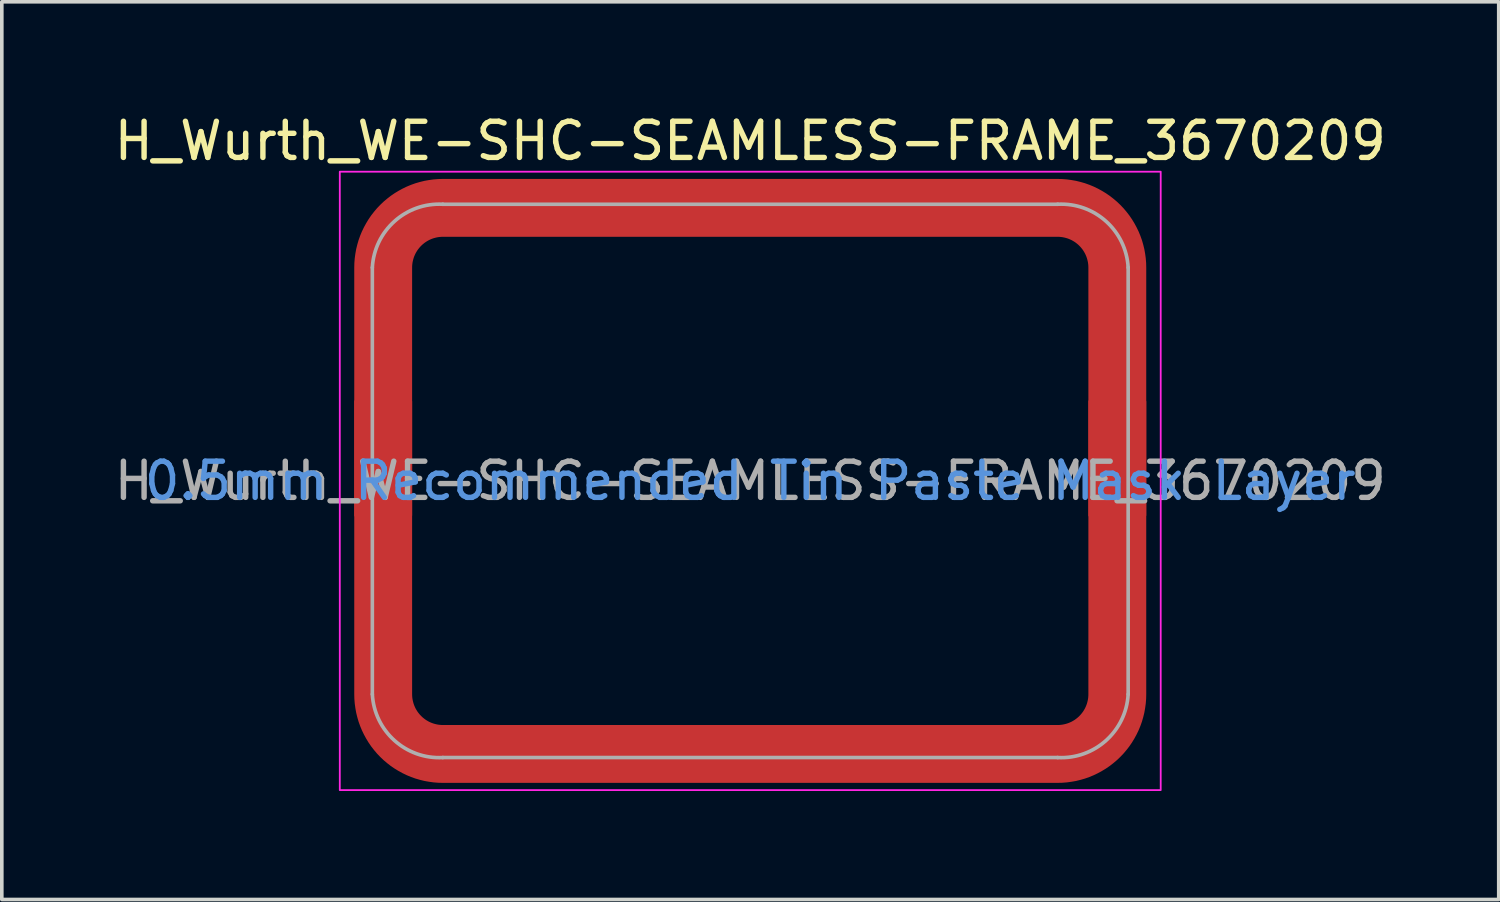
<source format=kicad_pcb>
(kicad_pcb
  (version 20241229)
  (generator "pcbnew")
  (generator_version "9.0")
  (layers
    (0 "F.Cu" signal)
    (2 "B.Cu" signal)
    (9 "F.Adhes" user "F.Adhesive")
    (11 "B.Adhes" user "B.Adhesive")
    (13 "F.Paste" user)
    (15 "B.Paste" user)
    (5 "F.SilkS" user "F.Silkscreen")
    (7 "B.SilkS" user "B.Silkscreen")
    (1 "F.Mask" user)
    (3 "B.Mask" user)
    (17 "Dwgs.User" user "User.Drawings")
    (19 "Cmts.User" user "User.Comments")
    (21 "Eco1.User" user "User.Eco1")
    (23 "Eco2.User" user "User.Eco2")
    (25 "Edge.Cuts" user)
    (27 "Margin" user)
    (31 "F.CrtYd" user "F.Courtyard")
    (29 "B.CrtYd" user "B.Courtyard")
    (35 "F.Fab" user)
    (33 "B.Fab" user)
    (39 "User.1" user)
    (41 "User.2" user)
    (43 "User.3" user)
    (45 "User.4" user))
  (footprint "H_Wurth_WE-SHC-SEAMLESS-FRAME_3670209"
    (layer "F.Cu")
    (at 17.696 10.248)
    (property "Reference" "H_Wurth_WE-SHC-SEAMLESS-FRAME_3670209" (at 0 -9.4 0) (unlocked yes) (layer "F.SilkS") (effects (font (size 1 1) (thickness 0.15))))
    (attr smd)
    (fp_poly (pts (xy -9.4 0.95) (xy -10.9 0.95) (xy -10.9 -5.9) (xy -10.897 -6.026) (xy -10.887 -6.151) (xy -10.87 -6.275) (xy -10.848 -6.399) (xy -10.818 -6.521) (xy -10.783 -6.642) (xy -10.741 -6.76) (xy -10.693 -6.876) (xy -10.638 -6.99) (xy -10.578 -7.1) (xy -10.513 -7.207) (xy -10.442 -7.311) (xy -10.365 -7.41) (xy -10.284 -7.506) (xy -10.197 -7.597) (xy -10.106 -7.684) (xy -10.01 -7.765) (xy -9.911 -7.842) (xy -9.807 -7.913) (xy -9.7 -7.978) (xy -9.59 -8.038) (xy -9.476 -8.093) (xy -9.36 -8.141) (xy -9.242 -8.183) (xy -9.121 -8.218) (xy -8.999 -8.248) (xy -8.875 -8.27) (xy -8.751 -8.287) (xy -8.626 -8.297) (xy -8.5 -8.3) (xy 8.5 -8.3) (xy 8.626 -8.297) (xy 8.751 -8.287) (xy 8.875 -8.27) (xy 8.999 -8.248) (xy 9.121 -8.218) (xy 9.242 -8.183) (xy 9.36 -8.141) (xy 9.476 -8.093) (xy 9.59 -8.038) (xy 9.7 -7.978) (xy 9.807 -7.913) (xy 9.911 -7.842) (xy 10.01 -7.765) (xy 10.106 -7.684) (xy 10.197 -7.597) (xy 10.284 -7.506) (xy 10.365 -7.41) (xy 10.442 -7.311) (xy 10.513 -7.207) (xy 10.578 -7.1) (xy 10.638 -6.99) (xy 10.693 -6.876) (xy 10.741 -6.76) (xy 10.783 -6.642) (xy 10.818 -6.521) (xy 10.848 -6.399) (xy 10.87 -6.275) (xy 10.887 -6.151) (xy 10.897 -6.026) (xy 10.9 -5.9) (xy 10.9 0.95) (xy 9.4 0.95) (xy 9.4 -5.9) (xy 9.399 -5.947) (xy 9.395 -5.994) (xy 9.389 -6.041) (xy 9.38 -6.087) (xy 9.369 -6.133) (xy 9.356 -6.178) (xy 9.34 -6.223) (xy 9.322 -6.266) (xy 9.302 -6.309) (xy 9.279 -6.35) (xy 9.255 -6.39) (xy 9.228 -6.429) (xy 9.199 -6.466) (xy 9.169 -6.502) (xy 9.136 -6.536) (xy 9.102 -6.569) (xy 9.066 -6.599) (xy 9.029 -6.628) (xy 8.99 -6.655) (xy 8.95 -6.679) (xy 8.909 -6.702) (xy 8.866 -6.722) (xy 8.823 -6.74) (xy 8.778 -6.756) (xy 8.733 -6.769) (xy 8.687 -6.78) (xy 8.641 -6.789) (xy 8.594 -6.795) (xy 8.547 -6.799) (xy 8.5 -6.8) (xy -8.5 -6.8) (xy -8.547 -6.799) (xy -8.594 -6.795) (xy -8.641 -6.789) (xy -8.687 -6.78) (xy -8.733 -6.769) (xy -8.778 -6.756) (xy -8.823 -6.74) (xy -8.866 -6.722) (xy -8.909 -6.702) (xy -8.95 -6.679) (xy -8.99 -6.655) (xy -9.029 -6.628) (xy -9.066 -6.599) (xy -9.102 -6.569) (xy -9.136 -6.536) (xy -9.169 -6.502) (xy -9.199 -6.466) (xy -9.228 -6.429) (xy -9.255 -6.39) (xy -9.279 -6.35) (xy -9.302 -6.309) (xy -9.322 -6.266) (xy -9.34 -6.223) (xy -9.356 -6.178) (xy -9.369 -6.133) (xy -9.38 -6.087) (xy -9.389 -6.041) (xy -9.395 -5.994) (xy -9.399 -5.947) (xy -9.4 -5.9) (xy -9.4 0.95)) (stroke (width 0.1) (type solid)) (fill yes) (layer "F.Cu"))
    (fp_poly (pts (xy -9.4 0.95) (xy -10.9 0.95) (xy -10.9 -5.9) (xy -10.897 -6.026) (xy -10.887 -6.151) (xy -10.87 -6.275) (xy -10.848 -6.399) (xy -10.818 -6.521) (xy -10.783 -6.642) (xy -10.741 -6.76) (xy -10.693 -6.876) (xy -10.638 -6.99) (xy -10.578 -7.1) (xy -10.513 -7.207) (xy -10.442 -7.311) (xy -10.365 -7.41) (xy -10.284 -7.506) (xy -10.197 -7.597) (xy -10.106 -7.684) (xy -10.01 -7.765) (xy -9.911 -7.842) (xy -9.807 -7.913) (xy -9.7 -7.978) (xy -9.59 -8.038) (xy -9.476 -8.093) (xy -9.36 -8.141) (xy -9.242 -8.183) (xy -9.121 -8.218) (xy -8.999 -8.248) (xy -8.875 -8.27) (xy -8.751 -8.287) (xy -8.626 -8.297) (xy -8.5 -8.3) (xy 8.5 -8.3) (xy 8.626 -8.297) (xy 8.751 -8.287) (xy 8.875 -8.27) (xy 8.999 -8.248) (xy 9.121 -8.218) (xy 9.242 -8.183) (xy 9.36 -8.141) (xy 9.476 -8.093) (xy 9.59 -8.038) (xy 9.7 -7.978) (xy 9.807 -7.913) (xy 9.911 -7.842) (xy 10.01 -7.765) (xy 10.106 -7.684) (xy 10.197 -7.597) (xy 10.284 -7.506) (xy 10.365 -7.41) (xy 10.442 -7.311) (xy 10.513 -7.207) (xy 10.578 -7.1) (xy 10.638 -6.99) (xy 10.693 -6.876) (xy 10.741 -6.76) (xy 10.783 -6.642) (xy 10.818 -6.521) (xy 10.848 -6.399) (xy 10.87 -6.275) (xy 10.887 -6.151) (xy 10.897 -6.026) (xy 10.9 -5.9) (xy 10.9 0.95) (xy 9.4 0.95) (xy 9.4 -5.9) (xy 9.399 -5.947) (xy 9.395 -5.994) (xy 9.389 -6.041) (xy 9.38 -6.087) (xy 9.369 -6.133) (xy 9.356 -6.178) (xy 9.34 -6.223) (xy 9.322 -6.266) (xy 9.302 -6.309) (xy 9.279 -6.35) (xy 9.255 -6.39) (xy 9.228 -6.429) (xy 9.199 -6.466) (xy 9.169 -6.502) (xy 9.136 -6.536) (xy 9.102 -6.569) (xy 9.066 -6.599) (xy 9.029 -6.628) (xy 8.99 -6.655) (xy 8.95 -6.679) (xy 8.909 -6.702) (xy 8.866 -6.722) (xy 8.823 -6.74) (xy 8.778 -6.756) (xy 8.733 -6.769) (xy 8.687 -6.78) (xy 8.641 -6.789) (xy 8.594 -6.795) (xy 8.547 -6.799) (xy 8.5 -6.8) (xy -8.5 -6.8) (xy -8.547 -6.799) (xy -8.594 -6.795) (xy -8.641 -6.789) (xy -8.687 -6.78) (xy -8.733 -6.769) (xy -8.778 -6.756) (xy -8.823 -6.74) (xy -8.866 -6.722) (xy -8.909 -6.702) (xy -8.95 -6.679) (xy -8.99 -6.655) (xy -9.029 -6.628) (xy -9.066 -6.599) (xy -9.102 -6.569) (xy -9.136 -6.536) (xy -9.169 -6.502) (xy -9.199 -6.466) (xy -9.228 -6.429) (xy -9.255 -6.39) (xy -9.279 -6.35) (xy -9.302 -6.309) (xy -9.322 -6.266) (xy -9.34 -6.223) (xy -9.356 -6.178) (xy -9.369 -6.133) (xy -9.38 -6.087) (xy -9.389 -6.041) (xy -9.395 -5.994) (xy -9.399 -5.947) (xy -9.4 -5.9) (xy -9.4 0.95)) (stroke (width 0.1) (type solid)) (fill yes) (layer "F.Mask"))
    (fp_poly (pts (xy -9.4 0.95) (xy -10.9 0.95) (xy -10.9 -5.9) (xy -10.897 -6.026) (xy -10.887 -6.151) (xy -10.87 -6.275) (xy -10.848 -6.399) (xy -10.818 -6.521) (xy -10.783 -6.642) (xy -10.741 -6.76) (xy -10.693 -6.876) (xy -10.638 -6.99) (xy -10.578 -7.1) (xy -10.513 -7.207) (xy -10.442 -7.311) (xy -10.365 -7.41) (xy -10.284 -7.506) (xy -10.197 -7.597) (xy -10.106 -7.684) (xy -10.01 -7.765) (xy -9.911 -7.842) (xy -9.807 -7.913) (xy -9.7 -7.978) (xy -9.59 -8.038) (xy -9.476 -8.093) (xy -9.36 -8.141) (xy -9.242 -8.183) (xy -9.121 -8.218) (xy -8.999 -8.248) (xy -8.875 -8.27) (xy -8.751 -8.287) (xy -8.626 -8.297) (xy -8.5 -8.3) (xy 8.5 -8.3) (xy 8.626 -8.297) (xy 8.751 -8.287) (xy 8.875 -8.27) (xy 8.999 -8.248) (xy 9.121 -8.218) (xy 9.242 -8.183) (xy 9.36 -8.141) (xy 9.476 -8.093) (xy 9.59 -8.038) (xy 9.7 -7.978) (xy 9.807 -7.913) (xy 9.911 -7.842) (xy 10.01 -7.765) (xy 10.106 -7.684) (xy 10.197 -7.597) (xy 10.284 -7.506) (xy 10.365 -7.41) (xy 10.442 -7.311) (xy 10.513 -7.207) (xy 10.578 -7.1) (xy 10.638 -6.99) (xy 10.693 -6.876) (xy 10.741 -6.76) (xy 10.783 -6.642) (xy 10.818 -6.521) (xy 10.848 -6.399) (xy 10.87 -6.275) (xy 10.887 -6.151) (xy 10.897 -6.026) (xy 10.9 -5.9) (xy 10.9 0.95) (xy 9.4 0.95) (xy 9.4 -5.9) (xy 9.399 -5.947) (xy 9.395 -5.994) (xy 9.389 -6.041) (xy 9.38 -6.087) (xy 9.369 -6.133) (xy 9.356 -6.178) (xy 9.34 -6.223) (xy 9.322 -6.266) (xy 9.302 -6.309) (xy 9.279 -6.35) (xy 9.255 -6.39) (xy 9.228 -6.429) (xy 9.199 -6.466) (xy 9.169 -6.502) (xy 9.136 -6.536) (xy 9.102 -6.569) (xy 9.066 -6.599) (xy 9.029 -6.628) (xy 8.99 -6.655) (xy 8.95 -6.679) (xy 8.909 -6.702) (xy 8.866 -6.722) (xy 8.823 -6.74) (xy 8.778 -6.756) (xy 8.733 -6.769) (xy 8.687 -6.78) (xy 8.641 -6.789) (xy 8.594 -6.795) (xy 8.547 -6.799) (xy 8.5 -6.8) (xy -8.5 -6.8) (xy -8.547 -6.799) (xy -8.594 -6.795) (xy -8.641 -6.789) (xy -8.687 -6.78) (xy -8.733 -6.769) (xy -8.778 -6.756) (xy -8.823 -6.74) (xy -8.866 -6.722) (xy -8.909 -6.702) (xy -8.95 -6.679) (xy -8.99 -6.655) (xy -9.029 -6.628) (xy -9.066 -6.599) (xy -9.102 -6.569) (xy -9.136 -6.536) (xy -9.169 -6.502) (xy -9.199 -6.466) (xy -9.228 -6.429) (xy -9.255 -6.39) (xy -9.279 -6.35) (xy -9.302 -6.309) (xy -9.322 -6.266) (xy -9.34 -6.223) (xy -9.356 -6.178) (xy -9.369 -6.133) (xy -9.38 -6.087) (xy -9.389 -6.041) (xy -9.395 -5.994) (xy -9.399 -5.947) (xy -9.4 -5.9) (xy -9.4 0.95)) (stroke (width 0.1) (type solid)) (fill yes) (layer "F.Paste"))
    (fp_rect (start -11.35 -8.55) (end 11.35 8.55) (stroke (width 0.05) (type default)) (fill no) (layer "F.CrtYd"))
    (fp_line (start -10.45 5.9) (end -10.45 -5.9) (stroke (width 0.1) (type solid)) (layer "F.Fab"))
    (fp_line (start -8.5 -7.65) (end 8.5 -7.65) (stroke (width 0.1) (type solid)) (layer "F.Fab"))
    (fp_line (start -8.5 7.65) (end 8.5 7.65) (stroke (width 0.1) (type solid)) (layer "F.Fab"))
    (fp_line (start 10.45 5.9) (end 10.45 -5.9) (stroke (width 0.1) (type solid)) (layer "F.Fab"))
    (fp_arc (start -10.45 -5.9) (mid -9.837437 -7.178858) (end -8.5 -7.65) (stroke (width 0.1) (type solid)) (layer "F.Fab"))
    (fp_arc (start -8.5 7.65) (mid -9.837437 7.178859) (end -10.45 5.9) (stroke (width 0.1) (type solid)) (layer "F.Fab"))
    (fp_arc (start 8.5 -7.65) (mid 9.837437 -7.178859) (end 10.45 -5.9) (stroke (width 0.1) (type solid)) (layer "F.Fab"))
    (fp_arc (start 10.45 5.9) (mid 9.837437 7.178858) (end 8.5 7.65) (stroke (width 0.1) (type solid)) (layer "F.Fab"))
    (fp_text user "0.5mm Recommended Tin Paste Mask Layer" (at 0 0 0) (unlocked yes) (layer "Cmts.User") (effects (font (size 1 1) (thickness 0.15))))
    (fp_text user "${REFERENCE}" (at 0 0 0) (unlocked yes) (layer "F.Fab") (effects (font (size 1 1) (thickness 0.15))))
    (pad "1" smd custom (at 10.15 -1.2) (size 1.5 0.1) (layers "F.Cu" "F.Mask" "F.Paste") (options (anchor rect)) (primitives (gr_poly (pts (xy -0.75 -1) (xy 0.75 -1) (xy 0.75 7.1) (xy 0.747 7.226) (xy 0.737 7.351) (xy 0.72 7.475) (xy 0.698 7.599) (xy 0.668 7.721) (xy 0.633 7.842) (xy 0.591 7.96) (xy 0.543 8.076) (xy 0.488 8.19) (xy 0.428 8.3) (xy 0.363 8.407) (xy 0.292 8.511) (xy 0.215 8.61) (xy 0.134 8.706) (xy 0.047 8.797) (xy -0.044 8.884) (xy -0.14 8.965) (xy -0.239 9.042) (xy -0.343 9.113) (xy -0.45 9.178) (xy -0.56 9.238) (xy -0.674 9.293) (xy -0.79 9.341) (xy -0.908 9.383) (xy -1.029 9.418) (xy -1.151 9.448) (xy -1.275 9.47) (xy -1.399 9.487) (xy -1.524 9.497) (xy -1.65 9.5) (xy -18.65 9.5) (xy -18.776 9.497) (xy -18.901 9.487) (xy -19.025 9.47) (xy -19.149 9.448) (xy -19.271 9.418) (xy -19.392 9.383) (xy -19.51 9.341) (xy -19.626 9.293) (xy -19.74 9.238) (xy -19.85 9.178) (xy -19.957 9.113) (xy -20.061 9.042) (xy -20.16 8.965) (xy -20.256 8.884) (xy -20.347 8.797) (xy -20.434 8.706) (xy -20.515 8.61) (xy -20.592 8.511) (xy -20.663 8.407) (xy -20.728 8.3) (xy -20.788 8.19) (xy -20.843 8.076) (xy -20.891 7.96) (xy -20.933 7.842) (xy -20.968 7.721) (xy -20.998 7.599) (xy -21.02 7.475) (xy -21.037 7.351) (xy -21.047 7.226) (xy -21.05 7.1) (xy -21.05 -1) (xy -19.55 -1) (xy -19.55 7.1) (xy -19.549 7.147) (xy -19.545 7.194) (xy -19.539 7.241) (xy -19.53 7.287) (xy -19.519 7.333) (xy -19.506 7.378) (xy -19.49 7.423) (xy -19.472 7.466) (xy -19.452 7.509) (xy -19.429 7.55) (xy -19.405 7.59) (xy -19.378 7.629) (xy -19.349 7.666) (xy -19.319 7.702) (xy -19.286 7.736) (xy -19.252 7.769) (xy -19.216 7.799) (xy -19.179 7.828) (xy -19.14 7.855) (xy -19.1 7.879) (xy -19.059 7.902) (xy -19.016 7.922) (xy -18.973 7.94) (xy -18.928 7.956) (xy -18.883 7.969) (xy -18.837 7.98) (xy -18.791 7.989) (xy -18.744 7.995) (xy -18.697 7.999) (xy -18.65 8) (xy -1.65 8) (xy -1.603 7.999) (xy -1.556 7.995) (xy -1.509 7.989) (xy -1.463 7.98) (xy -1.417 7.969) (xy -1.372 7.956) (xy -1.327 7.94) (xy -1.284 7.922) (xy -1.241 7.902) (xy -1.2 7.879) (xy -1.16 7.855) (xy -1.121 7.828) (xy -1.084 7.799) (xy -1.048 7.769) (xy -1.014 7.736) (xy -0.981 7.702) (xy -0.951 7.666) (xy -0.922 7.629) (xy -0.895 7.59) (xy -0.871 7.55) (xy -0.848 7.509) (xy -0.828 7.466) (xy -0.81 7.423) (xy -0.794 7.378) (xy -0.781 7.333) (xy -0.77 7.287) (xy -0.761 7.241) (xy -0.755 7.194) (xy -0.751 7.147) (xy -0.75 7.1) (xy -0.75 -1)) (width 0.1) (fill yes)))))
  (gr_rect
    (start -3 -3)
    (end 38.393 21.823)
    (stroke (width 0.1) (type default))
    (fill no)
    (layer "Edge.Cuts")))
</source>
